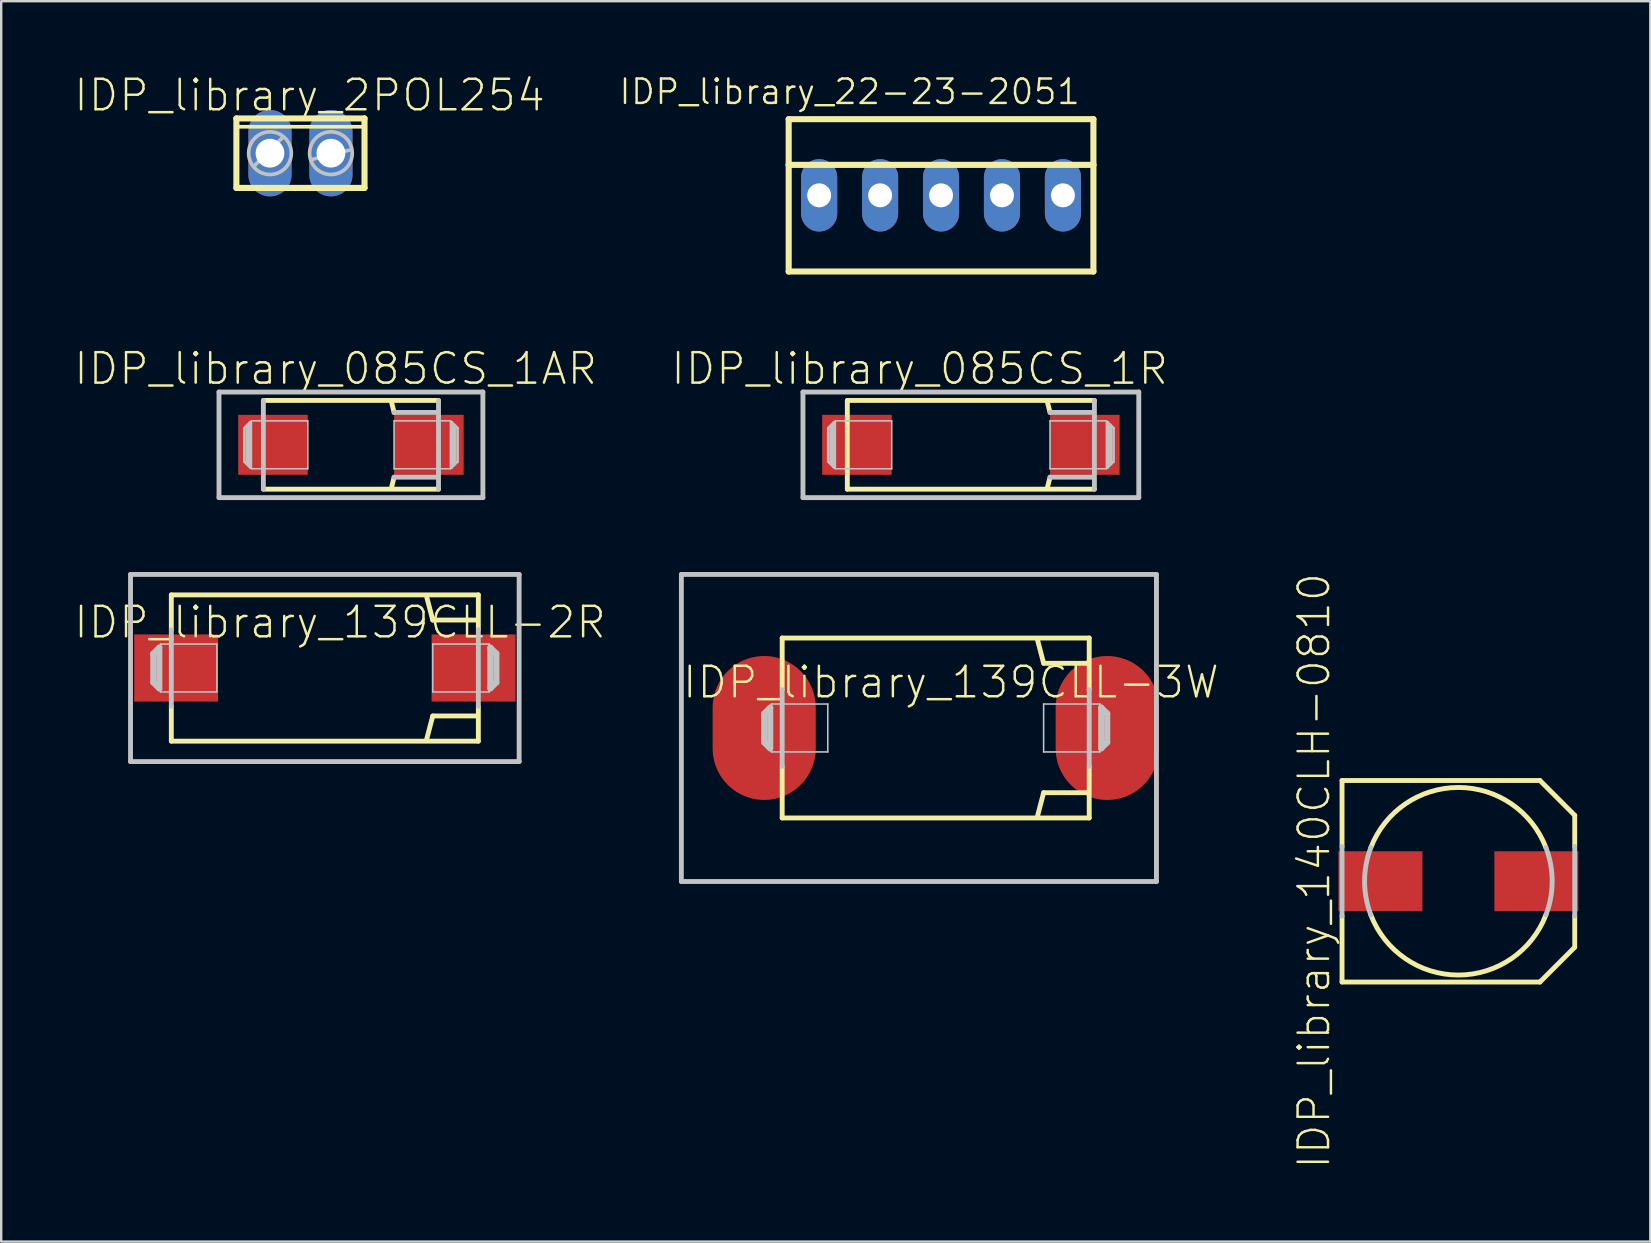
<source format=kicad_pcb>
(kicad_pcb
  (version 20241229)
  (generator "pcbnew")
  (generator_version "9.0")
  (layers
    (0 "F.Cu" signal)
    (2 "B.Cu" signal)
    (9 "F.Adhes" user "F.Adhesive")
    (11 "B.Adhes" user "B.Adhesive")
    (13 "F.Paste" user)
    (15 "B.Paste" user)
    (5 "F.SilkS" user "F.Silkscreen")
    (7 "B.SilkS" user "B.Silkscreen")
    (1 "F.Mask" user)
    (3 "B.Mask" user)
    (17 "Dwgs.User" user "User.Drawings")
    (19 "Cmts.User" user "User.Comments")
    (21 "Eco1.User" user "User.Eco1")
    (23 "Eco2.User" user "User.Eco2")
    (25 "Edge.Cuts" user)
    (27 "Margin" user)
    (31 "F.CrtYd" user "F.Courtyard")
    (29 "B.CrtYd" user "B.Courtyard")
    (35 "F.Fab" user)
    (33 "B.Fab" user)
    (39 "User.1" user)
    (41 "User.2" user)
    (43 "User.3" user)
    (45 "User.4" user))
  (footprint "IDP_library_085CS_1AR"
    (layer "F.Cu")
    (at 11.576 15.489)
    (property "Reference" "IDP_library_085CS_1AR" (at -0.635 -3.175 0) (layer "F.SilkS") (effects (font (size 1.27 1.27) (thickness 0.102))))
    (attr smd)
    (fp_line (start -3.65 1.849) (end 3.65 1.849) (stroke (width 0.203) (type solid)) (layer "F.SilkS"))
    (fp_line (start 1.798 -1.349) (end 1.699 -1.748) (stroke (width 0.203) (type solid)) (layer "F.SilkS"))
    (fp_line (start 1.798 1.349) (end 1.699 1.748) (stroke (width 0.203) (type solid)) (layer "F.SilkS"))
    (fp_line (start 3.65 -1.849) (end -3.65 -1.849) (stroke (width 0.203) (type solid)) (layer "F.SilkS"))
    (fp_line (start -5.499 -2.2) (end -5.499 2.2) (stroke (width 0.203) (type solid)) (layer "Dwgs.User"))
    (fp_line (start -5.499 -2.2) (end 5.499 -2.2) (stroke (width 0.203) (type solid)) (layer "Dwgs.User"))
    (fp_line (start -5.499 2.2) (end 5.499 2.2) (stroke (width 0.203) (type solid)) (layer "Dwgs.User"))
    (fp_line (start -4.448 -0.699) (end -4.448 0.699) (stroke (width 0.102) (type solid)) (layer "Dwgs.User"))
    (fp_line (start -4.448 0.699) (end -4.199 0.95) (stroke (width 0.102) (type solid)) (layer "Dwgs.User"))
    (fp_line (start -4.298 -0.749) (end -4.298 0.749) (stroke (width 0.203) (type solid)) (layer "Dwgs.User"))
    (fp_line (start -4.199 -0.95) (end -4.448 -0.699) (stroke (width 0.102) (type solid)) (layer "Dwgs.User"))
    (fp_line (start -4.199 0.95) (end -4.199 -0.95) (stroke (width 0.102) (type solid)) (layer "Dwgs.User"))
    (fp_line (start -4.148 -0.998) (end -1.798 -0.998) (stroke (width 0.066) (type solid)) (layer "Dwgs.User"))
    (fp_line (start -4.148 0.998) (end -4.148 -0.998) (stroke (width 0.066) (type solid)) (layer "Dwgs.User"))
    (fp_line (start -4.148 0.998) (end -1.798 0.998) (stroke (width 0.066) (type solid)) (layer "Dwgs.User"))
    (fp_line (start -3.65 -1.849) (end -3.65 1.849) (stroke (width 0.203) (type solid)) (layer "Dwgs.User"))
    (fp_line (start -1.798 0.998) (end -1.798 -0.998) (stroke (width 0.066) (type solid)) (layer "Dwgs.User"))
    (fp_line (start 1.798 -0.998) (end 4.148 -0.998) (stroke (width 0.066) (type solid)) (layer "Dwgs.User"))
    (fp_line (start 1.798 0.998) (end 1.798 -0.998) (stroke (width 0.066) (type solid)) (layer "Dwgs.User"))
    (fp_line (start 1.798 0.998) (end 4.148 0.998) (stroke (width 0.066) (type solid)) (layer "Dwgs.User"))
    (fp_line (start 3.548 -1.349) (end 1.798 -1.349) (stroke (width 0.203) (type solid)) (layer "Dwgs.User"))
    (fp_line (start 3.599 1.349) (end 1.798 1.349) (stroke (width 0.203) (type solid)) (layer "Dwgs.User"))
    (fp_line (start 3.65 1.849) (end 3.65 -1.849) (stroke (width 0.203) (type solid)) (layer "Dwgs.User"))
    (fp_line (start 4.148 0.998) (end 4.148 -0.998) (stroke (width 0.066) (type solid)) (layer "Dwgs.User"))
    (fp_line (start 4.199 -0.95) (end 4.199 0.95) (stroke (width 0.102) (type solid)) (layer "Dwgs.User"))
    (fp_line (start 4.199 0.95) (end 4.448 0.699) (stroke (width 0.102) (type solid)) (layer "Dwgs.User"))
    (fp_line (start 4.298 0.749) (end 4.298 -0.749) (stroke (width 0.203) (type solid)) (layer "Dwgs.User"))
    (fp_line (start 4.448 -0.699) (end 4.199 -0.95) (stroke (width 0.102) (type solid)) (layer "Dwgs.User"))
    (fp_line (start 4.448 0.699) (end 4.448 -0.699) (stroke (width 0.102) (type solid)) (layer "Dwgs.User"))
    (fp_line (start 5.499 -2.2) (end 5.499 2.2) (stroke (width 0.203) (type solid)) (layer "Dwgs.User"))
    (pad "+" smd rect (at 3.249 0) (size 2.898 2.499) (layers "F.Cu" "F.Mask" "F.Paste"))
    (pad "-" smd rect (at -3.249 0) (size 2.898 2.499) (layers "F.Cu" "F.Mask" "F.Paste")))
  (footprint "IDP_library_139CLL-3W"
    (layer "F.Cu")
    (at 35.947 27.29)
    (property "Reference" "IDP_library_139CLL-3W" (at 0.635 -1.905 0) (layer "F.SilkS") (effects (font (size 1.27 1.27) (thickness 0.102))))
    (attr smd)
    (fp_line (start -6.398 -3.749) (end 6.398 -3.749) (stroke (width 0.203) (type solid)) (layer "F.SilkS"))
    (fp_line (start -6.398 -1.598) (end -6.398 -3.749) (stroke (width 0.203) (type solid)) (layer "F.SilkS"))
    (fp_line (start -6.398 3.749) (end -6.398 1.598) (stroke (width 0.203) (type solid)) (layer "F.SilkS"))
    (fp_line (start 4.498 -2.697) (end 4.249 -3.65) (stroke (width 0.203) (type solid)) (layer "F.SilkS"))
    (fp_line (start 4.498 2.697) (end 4.249 3.65) (stroke (width 0.203) (type solid)) (layer "F.SilkS"))
    (fp_line (start 6.35 -2.697) (end 4.498 -2.697) (stroke (width 0.203) (type solid)) (layer "F.SilkS"))
    (fp_line (start 6.35 2.697) (end 4.498 2.697) (stroke (width 0.203) (type solid)) (layer "F.SilkS"))
    (fp_line (start 6.398 -3.749) (end 6.398 -1.598) (stroke (width 0.203) (type solid)) (layer "F.SilkS"))
    (fp_line (start 6.398 1.598) (end 6.398 3.749) (stroke (width 0.203) (type solid)) (layer "F.SilkS"))
    (fp_line (start 6.398 3.749) (end -6.398 3.749) (stroke (width 0.203) (type solid)) (layer "F.SilkS"))
    (fp_line (start -10.599 -6.398) (end -10.599 6.398) (stroke (width 0.203) (type solid)) (layer "Dwgs.User"))
    (fp_line (start -10.599 6.398) (end 9.2 6.398) (stroke (width 0.203) (type solid)) (layer "Dwgs.User"))
    (fp_line (start -7.148 -0.599) (end -6.899 -0.848) (stroke (width 0.254) (type solid)) (layer "Dwgs.User"))
    (fp_line (start -7.148 0.599) (end -7.148 -0.599) (stroke (width 0.254) (type solid)) (layer "Dwgs.User"))
    (fp_line (start -6.899 -0.848) (end -6.899 0.848) (stroke (width 0.254) (type solid)) (layer "Dwgs.User"))
    (fp_line (start -6.899 0.848) (end -7.148 0.599) (stroke (width 0.254) (type solid)) (layer "Dwgs.User"))
    (fp_line (start -6.848 -0.998) (end -4.498 -0.998) (stroke (width 0.066) (type solid)) (layer "Dwgs.User"))
    (fp_line (start -6.848 0.998) (end -6.848 -0.998) (stroke (width 0.066) (type solid)) (layer "Dwgs.User"))
    (fp_line (start -6.848 0.998) (end -4.498 0.998) (stroke (width 0.066) (type solid)) (layer "Dwgs.User"))
    (fp_line (start -6.398 1.598) (end -6.398 -1.598) (stroke (width 0.203) (type solid)) (layer "Dwgs.User"))
    (fp_line (start -4.498 0.998) (end -4.498 -0.998) (stroke (width 0.066) (type solid)) (layer "Dwgs.User"))
    (fp_line (start 4.498 -0.998) (end 6.848 -0.998) (stroke (width 0.066) (type solid)) (layer "Dwgs.User"))
    (fp_line (start 4.498 0.998) (end 4.498 -0.998) (stroke (width 0.066) (type solid)) (layer "Dwgs.User"))
    (fp_line (start 4.498 0.998) (end 6.848 0.998) (stroke (width 0.066) (type solid)) (layer "Dwgs.User"))
    (fp_line (start 6.398 -1.598) (end 6.398 1.598) (stroke (width 0.203) (type solid)) (layer "Dwgs.User"))
    (fp_line (start 6.848 0.998) (end 6.848 -0.998) (stroke (width 0.066) (type solid)) (layer "Dwgs.User"))
    (fp_line (start 6.899 -0.848) (end 7.148 -0.599) (stroke (width 0.254) (type solid)) (layer "Dwgs.User"))
    (fp_line (start 6.899 0.848) (end 6.899 -0.848) (stroke (width 0.254) (type solid)) (layer "Dwgs.User"))
    (fp_line (start 7.148 -0.599) (end 7.148 0.599) (stroke (width 0.254) (type solid)) (layer "Dwgs.User"))
    (fp_line (start 7.148 0.599) (end 6.899 0.848) (stroke (width 0.254) (type solid)) (layer "Dwgs.User"))
    (fp_line (start 9.2 -6.398) (end -10.599 -6.398) (stroke (width 0.203) (type solid)) (layer "Dwgs.User"))
    (fp_line (start 9.2 6.398) (end 9.2 -6.398) (stroke (width 0.203) (type solid)) (layer "Dwgs.User"))
    (pad "+" smd oval (at 7.148 0) (size 4.298 5.999) (layers "F.Cu" "F.Mask" "F.Paste"))
    (pad "-" smd oval (at -7.148 0) (size 4.298 5.999) (layers "F.Cu" "F.Mask" "F.Paste")))
  (footprint "IDP_library_22-23-2051"
    (layer "F.Cu")
    (at 36.17 5.091)
    (property "Reference" "IDP_library_22-23-2051" (at -3.81 -4.318 0) (layer "F.SilkS") (effects (font (size 1.016 1.016) (thickness 0.102))))
    (attr exclude_from_pos_files exclude_from_bom)
    (fp_line (start -6.35 -3.175) (end 6.35 -3.175) (stroke (width 0.254) (type solid)) (layer "F.SilkS"))
    (fp_line (start -6.35 -1.27) (end -6.35 -3.175) (stroke (width 0.254) (type solid)) (layer "F.SilkS"))
    (fp_line (start -6.35 -1.27) (end 6.35 -1.27) (stroke (width 0.254) (type solid)) (layer "F.SilkS"))
    (fp_line (start -6.35 3.175) (end -6.35 -1.27) (stroke (width 0.254) (type solid)) (layer "F.SilkS"))
    (fp_line (start 6.35 -3.175) (end 6.35 -1.27) (stroke (width 0.254) (type solid)) (layer "F.SilkS"))
    (fp_line (start 6.35 -1.27) (end 6.35 3.175) (stroke (width 0.254) (type solid)) (layer "F.SilkS"))
    (fp_line (start 6.35 3.175) (end -6.35 3.175) (stroke (width 0.254) (type solid)) (layer "F.SilkS"))
    (pad "1" thru_hole oval (at -5.08 0 180) (size 1.506 3.015) (drill 0.998) (layers "*.Cu" "*.Paste" "*.Mask"))
    (pad "2" thru_hole oval (at -2.54 0 180) (size 1.506 3.015) (drill 0.998) (layers "*.Cu" "*.Paste" "*.Mask"))
    (pad "3" thru_hole oval (at 0 0 180) (size 1.506 3.015) (drill 0.998) (layers "*.Cu" "*.Paste" "*.Mask"))
    (pad "4" thru_hole oval (at 2.54 0 180) (size 1.506 3.015) (drill 0.998) (layers "*.Cu" "*.Paste" "*.Mask"))
    (pad "5" thru_hole oval (at 5.08 0 180) (size 1.506 3.015) (drill 0.998) (layers "*.Cu" "*.Paste" "*.Mask")))
  (footprint "IDP_library_139CLL-2R"
    (layer "F.Cu")
    (at 10.488 24.791)
    (property "Reference" "IDP_library_139CLL-2R" (at 0.635 -1.905 0) (layer "F.SilkS") (effects (font (size 1.27 1.27) (thickness 0.102))))
    (attr smd)
    (fp_line (start -6.398 -3.048) (end 6.398 -3.048) (stroke (width 0.203) (type solid)) (layer "F.SilkS"))
    (fp_line (start -6.398 -1.598) (end -6.398 -3.048) (stroke (width 0.203) (type solid)) (layer "F.SilkS"))
    (fp_line (start -6.398 3.048) (end -6.398 1.598) (stroke (width 0.203) (type solid)) (layer "F.SilkS"))
    (fp_line (start 4.498 -1.999) (end 4.249 -2.949) (stroke (width 0.203) (type solid)) (layer "F.SilkS"))
    (fp_line (start 4.498 1.999) (end 4.249 2.949) (stroke (width 0.203) (type solid)) (layer "F.SilkS"))
    (fp_line (start 6.35 -1.999) (end 4.498 -1.999) (stroke (width 0.203) (type solid)) (layer "F.SilkS"))
    (fp_line (start 6.35 1.999) (end 4.498 1.999) (stroke (width 0.203) (type solid)) (layer "F.SilkS"))
    (fp_line (start 6.398 -3.048) (end 6.398 -1.598) (stroke (width 0.203) (type solid)) (layer "F.SilkS"))
    (fp_line (start 6.398 1.598) (end 6.398 3.048) (stroke (width 0.203) (type solid)) (layer "F.SilkS"))
    (fp_line (start 6.398 3.048) (end -6.398 3.048) (stroke (width 0.203) (type solid)) (layer "F.SilkS"))
    (fp_line (start -8.098 -3.899) (end -8.098 3.899) (stroke (width 0.203) (type solid)) (layer "Dwgs.User"))
    (fp_line (start -8.098 3.899) (end 8.098 3.899) (stroke (width 0.203) (type solid)) (layer "Dwgs.User"))
    (fp_line (start -7.148 -0.599) (end -6.899 -0.848) (stroke (width 0.254) (type solid)) (layer "Dwgs.User"))
    (fp_line (start -7.148 0.599) (end -7.148 -0.599) (stroke (width 0.254) (type solid)) (layer "Dwgs.User"))
    (fp_line (start -6.899 -0.848) (end -6.899 0.848) (stroke (width 0.254) (type solid)) (layer "Dwgs.User"))
    (fp_line (start -6.899 0.848) (end -7.148 0.599) (stroke (width 0.254) (type solid)) (layer "Dwgs.User"))
    (fp_line (start -6.848 -0.998) (end -4.498 -0.998) (stroke (width 0.066) (type solid)) (layer "Dwgs.User"))
    (fp_line (start -6.848 0.998) (end -6.848 -0.998) (stroke (width 0.066) (type solid)) (layer "Dwgs.User"))
    (fp_line (start -6.848 0.998) (end -4.498 0.998) (stroke (width 0.066) (type solid)) (layer "Dwgs.User"))
    (fp_line (start -6.398 1.598) (end -6.398 -1.598) (stroke (width 0.203) (type solid)) (layer "Dwgs.User"))
    (fp_line (start -4.498 0.998) (end -4.498 -0.998) (stroke (width 0.066) (type solid)) (layer "Dwgs.User"))
    (fp_line (start 4.498 -0.998) (end 6.848 -0.998) (stroke (width 0.066) (type solid)) (layer "Dwgs.User"))
    (fp_line (start 4.498 0.998) (end 4.498 -0.998) (stroke (width 0.066) (type solid)) (layer "Dwgs.User"))
    (fp_line (start 4.498 0.998) (end 6.848 0.998) (stroke (width 0.066) (type solid)) (layer "Dwgs.User"))
    (fp_line (start 6.398 -1.598) (end 6.398 1.598) (stroke (width 0.203) (type solid)) (layer "Dwgs.User"))
    (fp_line (start 6.848 0.998) (end 6.848 -0.998) (stroke (width 0.066) (type solid)) (layer "Dwgs.User"))
    (fp_line (start 6.899 -0.848) (end 7.148 -0.599) (stroke (width 0.254) (type solid)) (layer "Dwgs.User"))
    (fp_line (start 6.899 0.848) (end 6.899 -0.848) (stroke (width 0.254) (type solid)) (layer "Dwgs.User"))
    (fp_line (start 7.148 -0.599) (end 7.148 0.599) (stroke (width 0.254) (type solid)) (layer "Dwgs.User"))
    (fp_line (start 7.148 0.599) (end 6.899 0.848) (stroke (width 0.254) (type solid)) (layer "Dwgs.User"))
    (fp_line (start 8.098 -3.899) (end -8.098 -3.899) (stroke (width 0.203) (type solid)) (layer "Dwgs.User"))
    (fp_line (start 8.098 3.899) (end 8.098 -3.899) (stroke (width 0.203) (type solid)) (layer "Dwgs.User"))
    (pad "+" smd rect (at 6.198 0) (size 3.498 2.799) (layers "F.Cu" "F.Mask" "F.Paste"))
    (pad "-" smd rect (at -6.198 0) (size 3.498 2.799) (layers "F.Cu" "F.Mask" "F.Paste")))
  (footprint "IDP_library_085CS_1R"
    (layer "F.Cu")
    (at 37.413 15.489)
    (property "Reference" "IDP_library_085CS_1R" (at -2.134 -3.175 0) (layer "F.SilkS") (effects (font (size 1.27 1.27) (thickness 0.102))))
    (attr smd)
    (fp_line (start -5.149 -1.849) (end -5.149 1.849) (stroke (width 0.203) (type solid)) (layer "F.SilkS"))
    (fp_line (start -5.149 1.849) (end 5.149 1.849) (stroke (width 0.203) (type solid)) (layer "F.SilkS"))
    (fp_line (start 3.299 -1.349) (end 3.198 -1.748) (stroke (width 0.203) (type solid)) (layer "F.SilkS"))
    (fp_line (start 3.299 1.349) (end 3.198 1.748) (stroke (width 0.203) (type solid)) (layer "F.SilkS"))
    (fp_line (start 5.149 -1.849) (end -5.149 -1.849) (stroke (width 0.203) (type solid)) (layer "F.SilkS"))
    (fp_line (start -6.998 -2.2) (end -6.998 2.2) (stroke (width 0.203) (type solid)) (layer "Dwgs.User"))
    (fp_line (start -6.998 -2.2) (end 6.998 -2.2) (stroke (width 0.203) (type solid)) (layer "Dwgs.User"))
    (fp_line (start -6.998 2.2) (end 6.998 2.2) (stroke (width 0.203) (type solid)) (layer "Dwgs.User"))
    (fp_line (start -5.949 -0.699) (end -5.949 0.699) (stroke (width 0.102) (type solid)) (layer "Dwgs.User"))
    (fp_line (start -5.949 0.699) (end -5.7 0.95) (stroke (width 0.102) (type solid)) (layer "Dwgs.User"))
    (fp_line (start -5.799 -0.749) (end -5.799 0.749) (stroke (width 0.203) (type solid)) (layer "Dwgs.User"))
    (fp_line (start -5.7 -0.95) (end -5.949 -0.699) (stroke (width 0.102) (type solid)) (layer "Dwgs.User"))
    (fp_line (start -5.7 0.95) (end -5.7 -0.95) (stroke (width 0.102) (type solid)) (layer "Dwgs.User"))
    (fp_line (start -5.649 -0.998) (end -3.299 -0.998) (stroke (width 0.066) (type solid)) (layer "Dwgs.User"))
    (fp_line (start -5.649 0.998) (end -5.649 -0.998) (stroke (width 0.066) (type solid)) (layer "Dwgs.User"))
    (fp_line (start -5.649 0.998) (end -3.299 0.998) (stroke (width 0.066) (type solid)) (layer "Dwgs.User"))
    (fp_line (start -3.299 0.998) (end -3.299 -0.998) (stroke (width 0.066) (type solid)) (layer "Dwgs.User"))
    (fp_line (start 3.299 -0.998) (end 5.649 -0.998) (stroke (width 0.066) (type solid)) (layer "Dwgs.User"))
    (fp_line (start 3.299 0.998) (end 3.299 -0.998) (stroke (width 0.066) (type solid)) (layer "Dwgs.User"))
    (fp_line (start 3.299 0.998) (end 5.649 0.998) (stroke (width 0.066) (type solid)) (layer "Dwgs.User"))
    (fp_line (start 5.05 -1.349) (end 3.299 -1.349) (stroke (width 0.203) (type solid)) (layer "Dwgs.User"))
    (fp_line (start 5.098 1.349) (end 3.299 1.349) (stroke (width 0.203) (type solid)) (layer "Dwgs.User"))
    (fp_line (start 5.149 1.849) (end 5.149 -1.849) (stroke (width 0.203) (type solid)) (layer "Dwgs.User"))
    (fp_line (start 5.649 0.998) (end 5.649 -0.998) (stroke (width 0.066) (type solid)) (layer "Dwgs.User"))
    (fp_line (start 5.7 -0.95) (end 5.7 0.95) (stroke (width 0.102) (type solid)) (layer "Dwgs.User"))
    (fp_line (start 5.7 0.95) (end 5.949 0.699) (stroke (width 0.102) (type solid)) (layer "Dwgs.User"))
    (fp_line (start 5.799 0.749) (end 5.799 -0.749) (stroke (width 0.203) (type solid)) (layer "Dwgs.User"))
    (fp_line (start 5.949 -0.699) (end 5.7 -0.95) (stroke (width 0.102) (type solid)) (layer "Dwgs.User"))
    (fp_line (start 5.949 0.699) (end 5.949 -0.699) (stroke (width 0.102) (type solid)) (layer "Dwgs.User"))
    (fp_line (start 6.998 -2.2) (end 6.998 2.2) (stroke (width 0.203) (type solid)) (layer "Dwgs.User"))
    (pad "+" smd rect (at 4.75 0) (size 2.898 2.499) (layers "F.Cu" "F.Mask" "F.Paste"))
    (pad "-" smd rect (at -4.75 0) (size 2.898 2.499) (layers "F.Cu" "F.Mask" "F.Paste")))
  (footprint "IDP_library_2POL254"
    (layer "F.Cu")
    (at 9.472 3.334)
    (property "Reference" "IDP_library_2POL254" (at 0.381 -2.413 0) (layer "F.SilkS") (effects (font (size 1.27 1.27) (thickness 0.102))))
    (attr exclude_from_pos_files exclude_from_bom)
    (fp_line (start -2.67 -1.448) (end -2.67 1.448) (stroke (width 0.254) (type solid)) (layer "F.SilkS"))
    (fp_line (start -2.67 1.448) (end 2.67 1.448) (stroke (width 0.254) (type solid)) (layer "F.SilkS"))
    (fp_line (start -2.558 -1.1) (end 2.558 -1.1) (stroke (width 0.152) (type solid)) (layer "F.SilkS"))
    (fp_line (start 2.67 -1.448) (end -2.67 -1.448) (stroke (width 0.254) (type solid)) (layer "F.SilkS"))
    (fp_line (start 2.67 1.448) (end 2.67 -1.448) (stroke (width 0.254) (type solid)) (layer "F.SilkS"))
    (fp_line (start -1.905 0.508) (end -0.762 -0.635) (stroke (width 0.152) (type solid)) (layer "Dwgs.User"))
    (fp_line (start 0.508 0.254) (end 2.032 -0.127) (stroke (width 0.152) (type solid)) (layer "Dwgs.User"))
    (fp_circle (center -1.27 0) (end -1.27 -0.889) (stroke (width 0.152) (type solid)) (fill no) (layer "Dwgs.User"))
    (fp_circle (center 1.27 0) (end 1.27 -0.889) (stroke (width 0.152) (type solid)) (fill no) (layer "Dwgs.User"))
    (pad "1" thru_hole oval (at -1.27 0 180) (size 1.798 3.599) (drill 1.199) (layers "*.Cu" "*.Paste" "*.Mask"))
    (pad "2" thru_hole oval (at 1.27 0 180) (size 1.798 3.599) (drill 1.199) (layers "*.Cu" "*.Paste" "*.Mask")))
  (footprint "IDP_library_140CLH-0810"
    (layer "F.Cu")
    (at 57.731 33.678)
    (property "Reference" "IDP_library_140CLH-0810" (at -6.015 -0.434 90) (layer "F.SilkS") (effects (font (size 1.27 1.27) (thickness 0.102))))
    (attr smd)
    (fp_line (start -4.849 -4.199) (end 3.399 -4.199) (stroke (width 0.203) (type solid)) (layer "F.SilkS"))
    (fp_line (start -4.849 -1.448) (end -4.849 -4.199) (stroke (width 0.203) (type solid)) (layer "F.SilkS"))
    (fp_line (start -4.849 4.199) (end -4.849 1.448) (stroke (width 0.203) (type solid)) (layer "F.SilkS"))
    (fp_line (start 3.399 4.199) (end -4.849 4.199) (stroke (width 0.203) (type solid)) (layer "F.SilkS"))
    (fp_line (start 4.849 -2.748) (end 3.399 -4.199) (stroke (width 0.203) (type solid)) (layer "F.SilkS"))
    (fp_line (start 4.849 -2.748) (end 4.849 -1.448) (stroke (width 0.203) (type solid)) (layer "F.SilkS"))
    (fp_line (start 4.849 1.448) (end 4.849 2.748) (stroke (width 0.203) (type solid)) (layer "F.SilkS"))
    (fp_line (start 4.849 2.748) (end 3.399 4.199) (stroke (width 0.203) (type solid)) (layer "F.SilkS"))
    (fp_arc (start -3.64998 -1.39954) (mid -0.001452 -3.9091) (end 3.648939 -1.402252) (stroke (width 0.2032) (type solid)) (layer "F.SilkS"))
    (fp_arc (start 3.64998 1.39954) (mid 0.001452 3.9091) (end -3.648939 1.402252) (stroke (width 0.2032) (type solid)) (layer "F.SilkS"))
    (fp_line (start -4.849 1.448) (end -4.849 -1.448) (stroke (width 0.203) (type solid)) (layer "Dwgs.User"))
    (fp_line (start 4.849 -1.448) (end 4.849 1.448) (stroke (width 0.203) (type solid)) (layer "Dwgs.User"))
    (fp_arc (start -3.64998 1.39954) (mid -3.9091 0.001959) (end -3.651381 -1.395882) (stroke (width 0.2032) (type solid)) (layer "Dwgs.User"))
    (fp_arc (start 3.64998 -1.39954) (mid 3.9091 -0.001959) (end 3.651381 1.395882) (stroke (width 0.2032) (type solid)) (layer "Dwgs.User"))
    (pad "+" smd rect (at 3.249 0) (size 3.498 2.499) (layers "F.Cu" "F.Mask" "F.Paste"))
    (pad "-" smd rect (at -3.249 0) (size 3.498 2.499) (layers "F.Cu" "F.Mask" "F.Paste")))
  (gr_rect
    (start -3 -3)
    (end 65.729 48.697)
    (stroke (width 0.1) (type default))
    (fill no)
    (layer "Edge.Cuts")))
</source>
